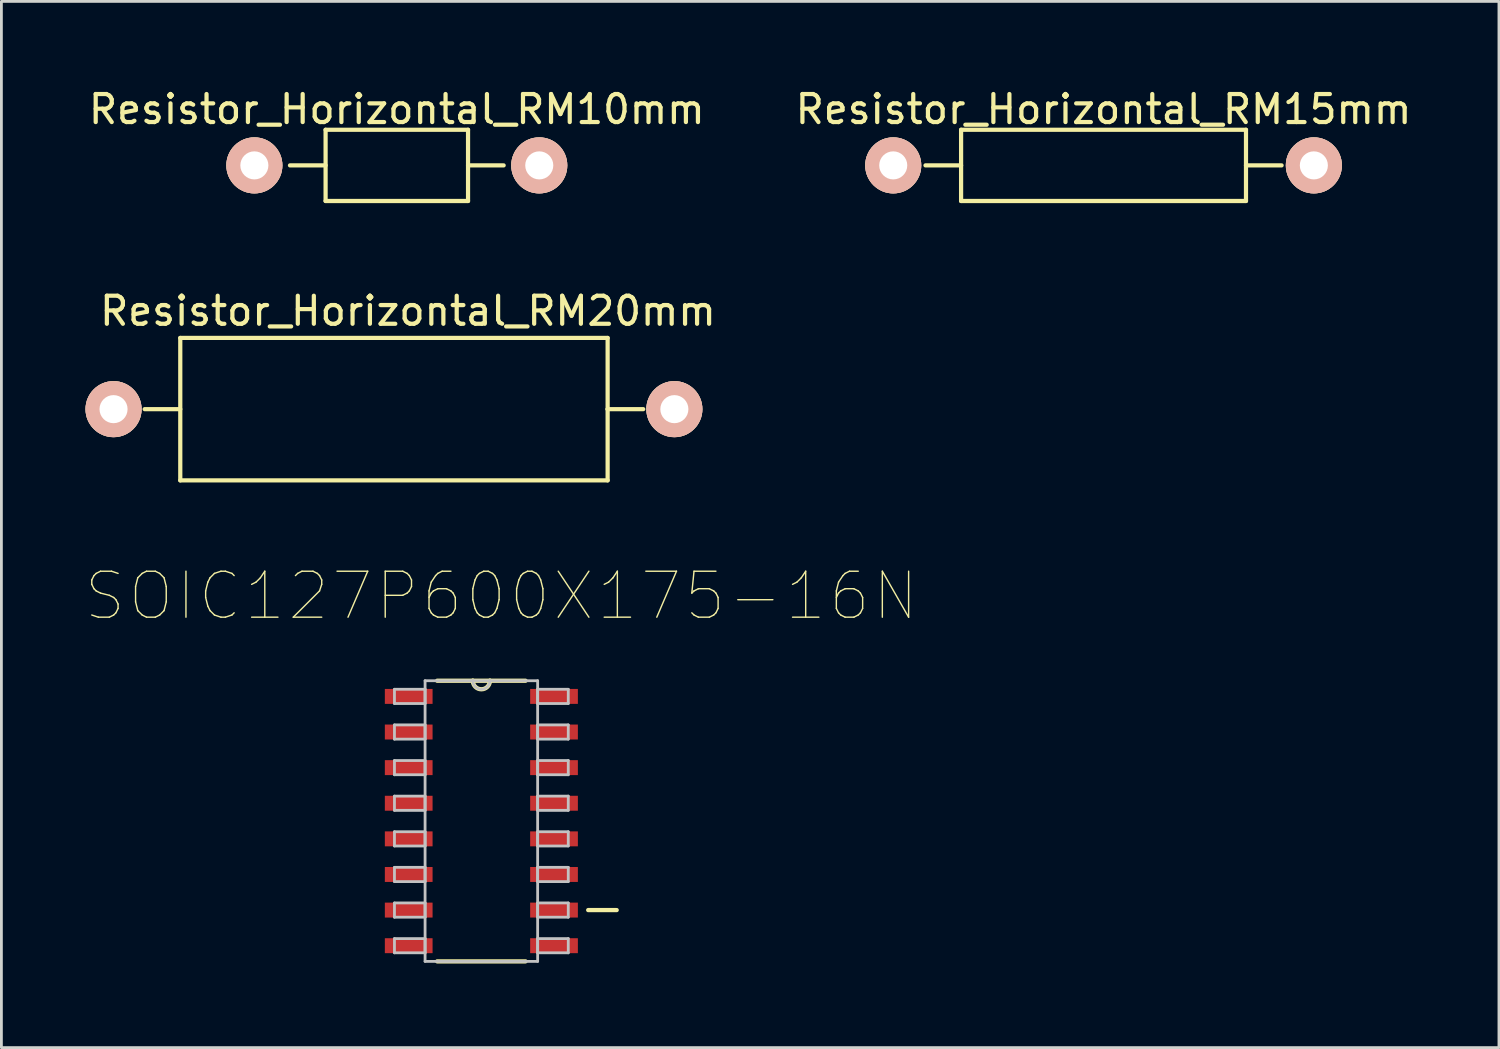
<source format=kicad_pcb>
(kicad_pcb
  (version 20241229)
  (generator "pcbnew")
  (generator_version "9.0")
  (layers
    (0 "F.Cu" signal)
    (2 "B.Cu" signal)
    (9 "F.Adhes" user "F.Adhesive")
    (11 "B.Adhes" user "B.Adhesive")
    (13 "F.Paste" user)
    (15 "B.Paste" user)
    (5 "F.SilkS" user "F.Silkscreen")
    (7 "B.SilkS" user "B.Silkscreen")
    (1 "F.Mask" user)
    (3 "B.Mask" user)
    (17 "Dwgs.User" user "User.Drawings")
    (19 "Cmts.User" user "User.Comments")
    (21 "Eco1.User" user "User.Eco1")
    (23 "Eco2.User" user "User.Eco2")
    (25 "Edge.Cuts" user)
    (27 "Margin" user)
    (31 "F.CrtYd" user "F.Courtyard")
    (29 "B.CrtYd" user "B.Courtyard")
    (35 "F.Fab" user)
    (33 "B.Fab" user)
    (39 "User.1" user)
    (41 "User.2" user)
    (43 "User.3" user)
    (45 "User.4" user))
  (footprint "Resistor_Horizontal_RM10mm"
    (layer "F.Cu")
    (at 11.101 2.848)
    (property "Reference" "Resistor_Horizontal_RM10mm" (at 0 -2 0) (layer "F.SilkS") (effects (font (size 1 1) (thickness 0.15))))
    (attr through_hole)
    (fp_line (start -2.54 -1.27) (end 2.54 -1.27) (stroke (width 0.15) (type solid)) (layer "F.SilkS"))
    (fp_line (start -2.54 0) (end -3.81 0) (stroke (width 0.15) (type solid)) (layer "F.SilkS"))
    (fp_line (start -2.54 1.27) (end -2.54 -1.27) (stroke (width 0.15) (type solid)) (layer "F.SilkS"))
    (fp_line (start 2.54 -1.27) (end 2.54 1.27) (stroke (width 0.15) (type solid)) (layer "F.SilkS"))
    (fp_line (start 2.54 0) (end 3.81 0) (stroke (width 0.15) (type solid)) (layer "F.SilkS"))
    (fp_line (start 2.54 1.27) (end -2.54 1.27) (stroke (width 0.15) (type solid)) (layer "F.SilkS"))
    (pad "1" thru_hole circle (at -5.08 0) (size 1.999 1.999) (drill 1.001) (layers "*.Cu" "*.SilkS" "*.Mask"))
    (pad "2" thru_hole circle (at 5.08 0) (size 1.999 1.999) (drill 1.001) (layers "*.Cu" "*.SilkS" "*.Mask")))
  (footprint "Resistor_Horizontal_RM20mm"
    (layer "F.Cu")
    (at 10.999 11.541)
    (property "Reference" "Resistor_Horizontal_RM20mm" (at 0.5 -3.5 0) (layer "F.SilkS") (effects (font (size 1 1) (thickness 0.15))))
    (attr through_hole)
    (fp_line (start -8.89 0) (end -7.62 0) (stroke (width 0.15) (type solid)) (layer "F.SilkS"))
    (fp_line (start -7.62 -2.54) (end -7.62 2.54) (stroke (width 0.15) (type solid)) (layer "F.SilkS"))
    (fp_line (start -7.62 2.54) (end 7.62 2.54) (stroke (width 0.15) (type solid)) (layer "F.SilkS"))
    (fp_line (start 7.62 -2.54) (end -7.62 -2.54) (stroke (width 0.15) (type solid)) (layer "F.SilkS"))
    (fp_line (start 7.62 0) (end 7.62 -2.54) (stroke (width 0.15) (type solid)) (layer "F.SilkS"))
    (fp_line (start 7.62 2.54) (end 7.62 0) (stroke (width 0.15) (type solid)) (layer "F.SilkS"))
    (fp_line (start 8.89 0) (end 7.62 0) (stroke (width 0.15) (type solid)) (layer "F.SilkS"))
    (pad "1" thru_hole circle (at -10 0) (size 1.999 1.999) (drill 1.001) (layers "*.Cu" "*.SilkS" "*.Mask"))
    (pad "2" thru_hole circle (at 10 0) (size 1.999 1.999) (drill 1.001) (layers "*.Cu" "*.SilkS" "*.Mask")))
  (footprint "Resistor_Horizontal_RM15mm"
    (layer "F.Cu")
    (at 36.304 2.848)
    (property "Reference" "Resistor_Horizontal_RM15mm" (at 0 -2 0) (layer "F.SilkS") (effects (font (size 1 1) (thickness 0.15))))
    (attr through_hole)
    (fp_line (start -6.35 0) (end -5.08 0) (stroke (width 0.15) (type solid)) (layer "F.SilkS"))
    (fp_line (start -5.08 -1.27) (end -5.08 1.27) (stroke (width 0.15) (type solid)) (layer "F.SilkS"))
    (fp_line (start -5.08 1.27) (end 5.08 1.27) (stroke (width 0.15) (type solid)) (layer "F.SilkS"))
    (fp_line (start 5.08 -1.27) (end -5.08 -1.27) (stroke (width 0.15) (type solid)) (layer "F.SilkS"))
    (fp_line (start 5.08 1.27) (end 5.08 -1.27) (stroke (width 0.15) (type solid)) (layer "F.SilkS"))
    (fp_line (start 6.35 0) (end 5.08 0) (stroke (width 0.15) (type solid)) (layer "F.SilkS"))
    (pad "1" thru_hole circle (at -7.5 0) (size 1.999 1.999) (drill 1.001) (layers "*.Cu" "*.SilkS" "*.Mask"))
    (pad "2" thru_hole circle (at 7.5 0) (size 1.999 1.999) (drill 1.001) (layers "*.Cu" "*.SilkS" "*.Mask")))
  (footprint "SOIC127P600X175-16N"
    (layer "F.Cu")
    (at 14.116 26.23)
    (property "Reference" "SOIC127P600X175-16N" (at 0.711 -8.026 0) (layer "F.SilkS") (effects (font (size 1.64 1.64) (thickness 0.05))))
    (attr smd)
    (fp_line (start -1.575 5.004) (end 1.575 5.004) (stroke (width 0.152) (type solid)) (layer "F.SilkS"))
    (fp_line (start -0.305 -5.004) (end -1.575 -5.004) (stroke (width 0.152) (type solid)) (layer "F.SilkS"))
    (fp_line (start 0.305 -5.004) (end -0.305 -5.004) (stroke (width 0.152) (type solid)) (layer "F.SilkS"))
    (fp_line (start 1.575 -5.004) (end 0.305 -5.004) (stroke (width 0.152) (type solid)) (layer "F.SilkS"))
    (fp_line (start 3.81 3.175) (end 4.826 3.175) (stroke (width 0.152) (type solid)) (layer "F.SilkS"))
    (fp_arc (start 0.3048 -5.0038) (mid 0 -4.699) (end -0.3048 -5.0038) (stroke (width 0.1524) (type solid)) (layer "F.SilkS"))
    (fp_line (start -3.099 -4.699) (end -3.099 -4.191) (stroke (width 0.1) (type solid)) (layer "Dwgs.User"))
    (fp_line (start -3.099 -4.191) (end -2.007 -4.191) (stroke (width 0.1) (type solid)) (layer "Dwgs.User"))
    (fp_line (start -3.099 -3.429) (end -3.099 -2.921) (stroke (width 0.1) (type solid)) (layer "Dwgs.User"))
    (fp_line (start -3.099 -2.921) (end -2.007 -2.921) (stroke (width 0.1) (type solid)) (layer "Dwgs.User"))
    (fp_line (start -3.099 -2.159) (end -3.099 -1.651) (stroke (width 0.1) (type solid)) (layer "Dwgs.User"))
    (fp_line (start -3.099 -1.651) (end -2.007 -1.651) (stroke (width 0.1) (type solid)) (layer "Dwgs.User"))
    (fp_line (start -3.099 -0.889) (end -3.099 -0.381) (stroke (width 0.1) (type solid)) (layer "Dwgs.User"))
    (fp_line (start -3.099 -0.381) (end -2.007 -0.381) (stroke (width 0.1) (type solid)) (layer "Dwgs.User"))
    (fp_line (start -3.099 0.381) (end -3.099 0.889) (stroke (width 0.1) (type solid)) (layer "Dwgs.User"))
    (fp_line (start -3.099 0.889) (end -2.007 0.889) (stroke (width 0.1) (type solid)) (layer "Dwgs.User"))
    (fp_line (start -3.099 1.651) (end -3.099 2.159) (stroke (width 0.1) (type solid)) (layer "Dwgs.User"))
    (fp_line (start -3.099 2.159) (end -2.007 2.159) (stroke (width 0.1) (type solid)) (layer "Dwgs.User"))
    (fp_line (start -3.099 2.921) (end -3.099 3.429) (stroke (width 0.1) (type solid)) (layer "Dwgs.User"))
    (fp_line (start -3.099 3.429) (end -2.007 3.429) (stroke (width 0.1) (type solid)) (layer "Dwgs.User"))
    (fp_line (start -3.099 4.191) (end -3.099 4.699) (stroke (width 0.1) (type solid)) (layer "Dwgs.User"))
    (fp_line (start -3.099 4.699) (end -2.007 4.699) (stroke (width 0.1) (type solid)) (layer "Dwgs.User"))
    (fp_line (start -2.007 -5.004) (end -2.007 5.004) (stroke (width 0.1) (type solid)) (layer "Dwgs.User"))
    (fp_line (start -2.007 -4.699) (end -3.099 -4.699) (stroke (width 0.1) (type solid)) (layer "Dwgs.User"))
    (fp_line (start -2.007 -4.191) (end -2.007 -4.699) (stroke (width 0.1) (type solid)) (layer "Dwgs.User"))
    (fp_line (start -2.007 -3.429) (end -3.099 -3.429) (stroke (width 0.1) (type solid)) (layer "Dwgs.User"))
    (fp_line (start -2.007 -2.921) (end -2.007 -3.429) (stroke (width 0.1) (type solid)) (layer "Dwgs.User"))
    (fp_line (start -2.007 -2.159) (end -3.099 -2.159) (stroke (width 0.1) (type solid)) (layer "Dwgs.User"))
    (fp_line (start -2.007 -1.651) (end -2.007 -2.159) (stroke (width 0.1) (type solid)) (layer "Dwgs.User"))
    (fp_line (start -2.007 -0.889) (end -3.099 -0.889) (stroke (width 0.1) (type solid)) (layer "Dwgs.User"))
    (fp_line (start -2.007 -0.381) (end -2.007 -0.889) (stroke (width 0.1) (type solid)) (layer "Dwgs.User"))
    (fp_line (start -2.007 0.381) (end -3.099 0.381) (stroke (width 0.1) (type solid)) (layer "Dwgs.User"))
    (fp_line (start -2.007 0.889) (end -2.007 0.381) (stroke (width 0.1) (type solid)) (layer "Dwgs.User"))
    (fp_line (start -2.007 1.651) (end -3.099 1.651) (stroke (width 0.1) (type solid)) (layer "Dwgs.User"))
    (fp_line (start -2.007 2.159) (end -2.007 1.651) (stroke (width 0.1) (type solid)) (layer "Dwgs.User"))
    (fp_line (start -2.007 2.921) (end -3.099 2.921) (stroke (width 0.1) (type solid)) (layer "Dwgs.User"))
    (fp_line (start -2.007 3.429) (end -2.007 2.921) (stroke (width 0.1) (type solid)) (layer "Dwgs.User"))
    (fp_line (start -2.007 4.191) (end -3.099 4.191) (stroke (width 0.1) (type solid)) (layer "Dwgs.User"))
    (fp_line (start -2.007 4.699) (end -2.007 4.191) (stroke (width 0.1) (type solid)) (layer "Dwgs.User"))
    (fp_line (start -2.007 5.004) (end 2.007 5.004) (stroke (width 0.1) (type solid)) (layer "Dwgs.User"))
    (fp_line (start -0.305 -5.004) (end -2.007 -5.004) (stroke (width 0.1) (type solid)) (layer "Dwgs.User"))
    (fp_line (start 0.305 -5.004) (end -0.305 -5.004) (stroke (width 0.1) (type solid)) (layer "Dwgs.User"))
    (fp_line (start 2.007 -5.004) (end 0.305 -5.004) (stroke (width 0.1) (type solid)) (layer "Dwgs.User"))
    (fp_line (start 2.007 -4.699) (end 2.007 -4.191) (stroke (width 0.1) (type solid)) (layer "Dwgs.User"))
    (fp_line (start 2.007 -4.191) (end 3.099 -4.191) (stroke (width 0.1) (type solid)) (layer "Dwgs.User"))
    (fp_line (start 2.007 -3.429) (end 2.007 -2.921) (stroke (width 0.1) (type solid)) (layer "Dwgs.User"))
    (fp_line (start 2.007 -2.921) (end 3.099 -2.921) (stroke (width 0.1) (type solid)) (layer "Dwgs.User"))
    (fp_line (start 2.007 -2.159) (end 2.007 -1.651) (stroke (width 0.1) (type solid)) (layer "Dwgs.User"))
    (fp_line (start 2.007 -1.651) (end 3.099 -1.651) (stroke (width 0.1) (type solid)) (layer "Dwgs.User"))
    (fp_line (start 2.007 -0.889) (end 2.007 -0.381) (stroke (width 0.1) (type solid)) (layer "Dwgs.User"))
    (fp_line (start 2.007 -0.381) (end 3.099 -0.381) (stroke (width 0.1) (type solid)) (layer "Dwgs.User"))
    (fp_line (start 2.007 0.381) (end 2.007 0.889) (stroke (width 0.1) (type solid)) (layer "Dwgs.User"))
    (fp_line (start 2.007 0.889) (end 3.099 0.889) (stroke (width 0.1) (type solid)) (layer "Dwgs.User"))
    (fp_line (start 2.007 1.651) (end 2.007 2.159) (stroke (width 0.1) (type solid)) (layer "Dwgs.User"))
    (fp_line (start 2.007 2.159) (end 3.099 2.159) (stroke (width 0.1) (type solid)) (layer "Dwgs.User"))
    (fp_line (start 2.007 2.921) (end 2.007 3.429) (stroke (width 0.1) (type solid)) (layer "Dwgs.User"))
    (fp_line (start 2.007 3.429) (end 3.099 3.429) (stroke (width 0.1) (type solid)) (layer "Dwgs.User"))
    (fp_line (start 2.007 4.191) (end 2.007 4.699) (stroke (width 0.1) (type solid)) (layer "Dwgs.User"))
    (fp_line (start 2.007 4.699) (end 3.099 4.699) (stroke (width 0.1) (type solid)) (layer "Dwgs.User"))
    (fp_line (start 2.007 5.004) (end 2.007 -5.004) (stroke (width 0.1) (type solid)) (layer "Dwgs.User"))
    (fp_line (start 3.099 -4.699) (end 2.007 -4.699) (stroke (width 0.1) (type solid)) (layer "Dwgs.User"))
    (fp_line (start 3.099 -4.191) (end 3.099 -4.699) (stroke (width 0.1) (type solid)) (layer "Dwgs.User"))
    (fp_line (start 3.099 -3.429) (end 2.007 -3.429) (stroke (width 0.1) (type solid)) (layer "Dwgs.User"))
    (fp_line (start 3.099 -2.921) (end 3.099 -3.429) (stroke (width 0.1) (type solid)) (layer "Dwgs.User"))
    (fp_line (start 3.099 -2.159) (end 2.007 -2.159) (stroke (width 0.1) (type solid)) (layer "Dwgs.User"))
    (fp_line (start 3.099 -1.651) (end 3.099 -2.159) (stroke (width 0.1) (type solid)) (layer "Dwgs.User"))
    (fp_line (start 3.099 -0.889) (end 2.007 -0.889) (stroke (width 0.1) (type solid)) (layer "Dwgs.User"))
    (fp_line (start 3.099 -0.381) (end 3.099 -0.889) (stroke (width 0.1) (type solid)) (layer "Dwgs.User"))
    (fp_line (start 3.099 0.381) (end 2.007 0.381) (stroke (width 0.1) (type solid)) (layer "Dwgs.User"))
    (fp_line (start 3.099 0.889) (end 3.099 0.381) (stroke (width 0.1) (type solid)) (layer "Dwgs.User"))
    (fp_line (start 3.099 1.651) (end 2.007 1.651) (stroke (width 0.1) (type solid)) (layer "Dwgs.User"))
    (fp_line (start 3.099 2.159) (end 3.099 1.651) (stroke (width 0.1) (type solid)) (layer "Dwgs.User"))
    (fp_line (start 3.099 2.921) (end 2.007 2.921) (stroke (width 0.1) (type solid)) (layer "Dwgs.User"))
    (fp_line (start 3.099 3.429) (end 3.099 2.921) (stroke (width 0.1) (type solid)) (layer "Dwgs.User"))
    (fp_line (start 3.099 4.191) (end 2.007 4.191) (stroke (width 0.1) (type solid)) (layer "Dwgs.User"))
    (fp_line (start 3.099 4.699) (end 3.099 4.191) (stroke (width 0.1) (type solid)) (layer "Dwgs.User"))
    (fp_arc (start 0.3048 -5.0038) (mid 0 -4.699) (end -0.3048 -5.0038) (stroke (width 0.1) (type solid)) (layer "Dwgs.User"))
    (pad "1" smd rect (at -2.591 -4.445) (size 1.702 0.533) (layers "F.Cu" "F.Mask" "F.Paste"))
    (pad "2" smd rect (at -2.591 -3.175) (size 1.702 0.533) (layers "F.Cu" "F.Mask" "F.Paste"))
    (pad "3" smd rect (at -2.591 -1.905) (size 1.702 0.533) (layers "F.Cu" "F.Mask" "F.Paste"))
    (pad "4" smd rect (at -2.591 -0.635) (size 1.702 0.533) (layers "F.Cu" "F.Mask" "F.Paste"))
    (pad "5" smd rect (at -2.591 0.635) (size 1.702 0.533) (layers "F.Cu" "F.Mask" "F.Paste"))
    (pad "6" smd rect (at -2.591 1.905) (size 1.702 0.533) (layers "F.Cu" "F.Mask" "F.Paste"))
    (pad "7" smd rect (at -2.591 3.175) (size 1.702 0.533) (layers "F.Cu" "F.Mask" "F.Paste"))
    (pad "8" smd rect (at -2.591 4.445) (size 1.702 0.533) (layers "F.Cu" "F.Mask" "F.Paste"))
    (pad "9" smd rect (at 2.591 4.445) (size 1.702 0.533) (layers "F.Cu" "F.Mask" "F.Paste"))
    (pad "10" smd rect (at 2.591 3.175) (size 1.702 0.533) (layers "F.Cu" "F.Mask" "F.Paste"))
    (pad "11" smd rect (at 2.591 1.905) (size 1.702 0.533) (layers "F.Cu" "F.Mask" "F.Paste"))
    (pad "12" smd rect (at 2.591 0.635) (size 1.702 0.533) (layers "F.Cu" "F.Mask" "F.Paste"))
    (pad "13" smd rect (at 2.591 -0.635) (size 1.702 0.533) (layers "F.Cu" "F.Mask" "F.Paste"))
    (pad "14" smd rect (at 2.591 -1.905) (size 1.702 0.533) (layers "F.Cu" "F.Mask" "F.Paste"))
    (pad "15" smd rect (at 2.591 -3.175) (size 1.702 0.533) (layers "F.Cu" "F.Mask" "F.Paste"))
    (pad "16" smd rect (at 2.591 -4.445) (size 1.702 0.533) (layers "F.Cu" "F.Mask" "F.Paste")))
  (gr_rect
    (start -3 -3)
    (end 50.405 34.31)
    (stroke (width 0.1) (type default))
    (fill no)
    (layer "Edge.Cuts")))
</source>
